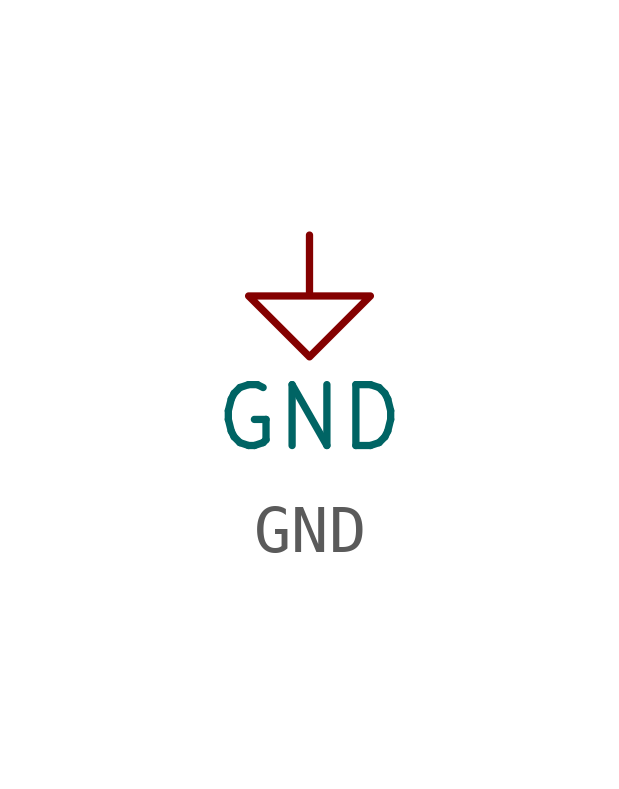
<source format=kicad_sym>
(kicad_symbol_lib
  (version 20231120)
  (generator "kicad_symbol_editor")
  (generator_version "8.0")
  (symbol "GND"
    (power)
    (pin_numbers hide)
    (pin_names
      (offset 0) hide)
    (property "Reference" "#PWR"
      (at 0 -6.35 0)
      (effects (font (size 1.27 1.27)) (hide yes)))
    (property "Value" "GND"
      (at 0 -3.81 0)
      (effects (font (size 1.27 1.27))))
    (symbol "GND_0_1"
      (polyline (pts (xy 0 0) (xy 0 -1.27) (xy 1.27 -1.27) (xy 0 -2.54) (xy -1.27 -1.27) (xy 0 -1.27)) (stroke (width 0) (type default)) (fill (type none))))
    (symbol "GND_1_1"
      (pin power_in line (at 0 0 270) (length 0) hide (name "GND" (effects (font (size 1.27 1.27)))) (number "1" (effects (font (size 1.27 1.27))))))))
</source>
